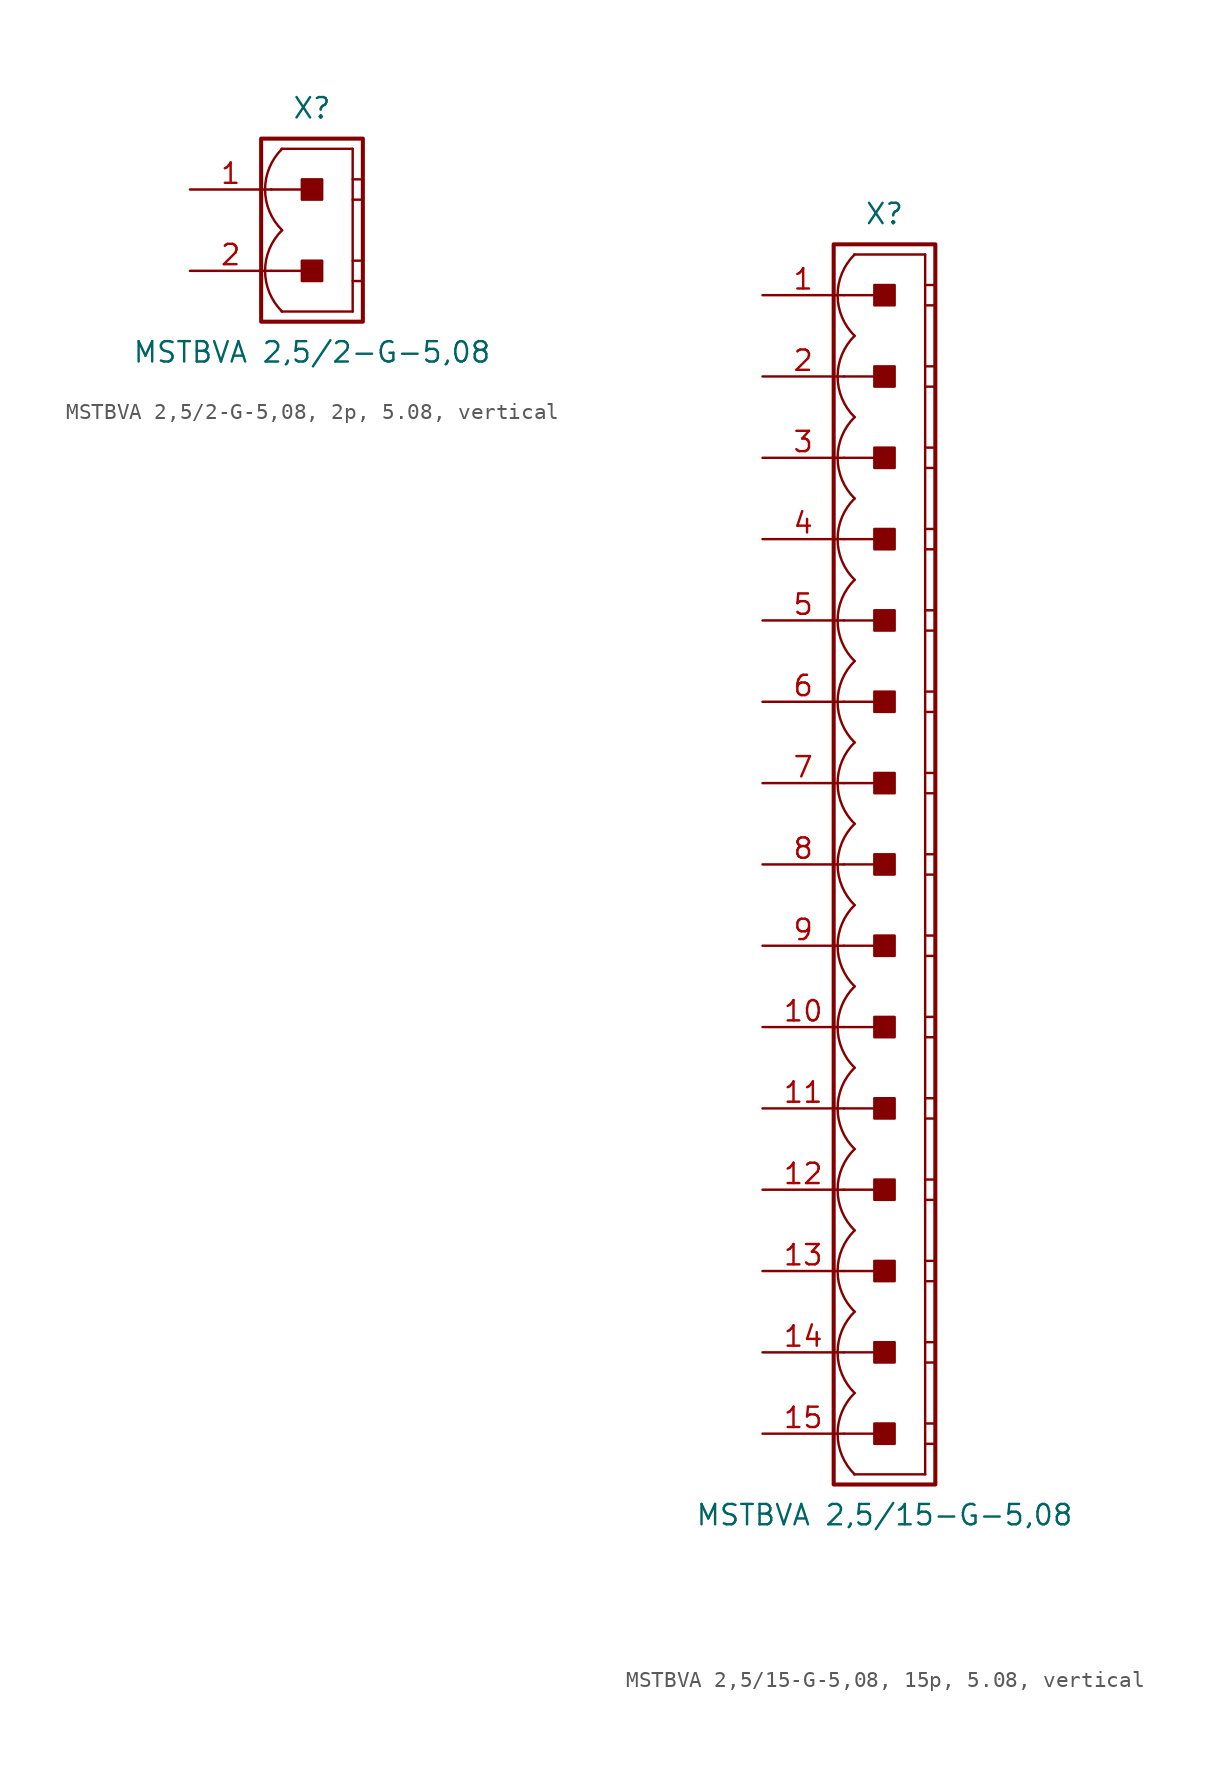
<source format=kicad_sym>
(kicad_symbol_lib
  (version 20241209)
  (generator "kicad_symbol_editor")
  (generator_version "9.0")
  (symbol "MSTBVA 2,5/2-G-5,08, 2p, 5.08, vertical"
    (pin_names
      (offset 1.016)
      (hide yes))
    (property "Reference" "X"
      (at 0 7.62 0)
      (effects (font (size 1.27 1.27))))
    (property "Value" "MSTBVA 2,5/2-G-5,08"
      (at 0 -7.62 0)
      (effects (font (size 1.27 1.27))))
    (property "Label" ""
      (at 0 0 0)
      (effects (font (size 1.27 1.27) (thickness 0.254) (bold yes))))
    (symbol "MSTBVA 2,5/2-G-5,08, 2p, 5.08, vertical_0_1"
      (polyline (pts (xy 2.54 5.08) (xy -1.905 5.08)) (stroke (width 0.152) (type default)) (fill (type none)))
      (polyline (pts (xy 2.54 5.08) (xy 2.54 -5.08)) (stroke (width 0.152) (type default)) (fill (type none)))
      (polyline (pts (xy 2.54 3.175) (xy 3.175 3.175)) (stroke (width 0.152) (type default)) (fill (type none)))
      (polyline (pts (xy 2.54 1.905) (xy 3.175 1.905)) (stroke (width 0.152) (type default)) (fill (type none)))
      (polyline (pts (xy 2.54 -1.905) (xy 3.175 -1.905)) (stroke (width 0.152) (type default)) (fill (type none)))
      (polyline (pts (xy 2.54 -3.175) (xy 3.175 -3.175)) (stroke (width 0.152) (type default)) (fill (type none)))
      (polyline (pts (xy 2.54 -5.08) (xy -1.905 -5.08)) (stroke (width 0.152) (type default)) (fill (type none))))
    (symbol "MSTBVA 2,5/2-G-5,08, 2p, 5.08, vertical_1_0"
      (polyline (pts (xy -2.54 2.54) (xy 0 2.54)) (stroke (width 0.152) (type default)) (fill (type none)))
      (polyline (pts (xy -2.54 -2.54) (xy 0 -2.54)) (stroke (width 0.152) (type default)) (fill (type none))))
    (symbol "MSTBVA 2,5/2-G-5,08, 2p, 5.08, vertical_1_1"
      (rectangle (start -3.175 5.715) (end 3.175 -5.715) (stroke (width 0.254) (type default)) (fill (type none)))
      (rectangle (start -0.635 1.905) (end 0.635 3.175) (stroke (width 0.152) (type default)) (fill (type outline)))
      (rectangle (start -0.635 -3.175) (end 0.635 -1.905) (stroke (width 0.152) (type default)) (fill (type outline)))
      (arc (start -1.8664 0) (mid -2.9299 2.54) (end -1.8664 5.08) (stroke (width 0.1524) (type default)) (fill (type none)))
      (arc (start -1.8664 -5.08) (mid -2.9299 -2.54) (end -1.8664 0) (stroke (width 0.1524) (type default)) (fill (type none)))
      (pin passive line (at -7.62 2.54 0) (length 5.08) (name "1" (effects (font (size 1.27 1.27)))) (number "1" (effects (font (size 1.27 1.27)))))
      (pin passive line (at -7.62 -2.54 0) (length 5.08) (name "2" (effects (font (size 1.27 1.27)))) (number "2" (effects (font (size 1.27 1.27)))))))
  (symbol "MSTBVA 2,5/15-G-5,08, 15p, 5.08, vertical"
    (pin_names
      (offset 1.016)
      (hide yes))
    (property "Reference" "X"
      (at 0 40.64 0)
      (effects (font (size 1.27 1.27))))
    (property "Value" "MSTBVA 2,5/15-G-5,08"
      (at 0 -40.64 0)
      (effects (font (size 1.27 1.27))))
    (property "Label" ""
      (at 0 0 0)
      (effects (font (size 1.27 1.27) (thickness 0.254) (bold yes))))
    (symbol "MSTBVA 2,5/15-G-5,08, 15p, 5.08, vertical_0_1"
      (polyline (pts (xy 2.54 38.1) (xy -1.905 38.1)) (stroke (width 0.152) (type default)) (fill (type none)))
      (polyline (pts (xy 2.54 38.1) (xy 2.54 -38.1)) (stroke (width 0.152) (type default)) (fill (type none)))
      (polyline (pts (xy 2.54 36.195) (xy 3.175 36.195)) (stroke (width 0.152) (type default)) (fill (type none)))
      (polyline (pts (xy 2.54 34.925) (xy 3.175 34.925)) (stroke (width 0.152) (type default)) (fill (type none)))
      (polyline (pts (xy 2.54 31.115) (xy 3.175 31.115)) (stroke (width 0.152) (type default)) (fill (type none)))
      (polyline (pts (xy 2.54 29.845) (xy 3.175 29.845)) (stroke (width 0.152) (type default)) (fill (type none)))
      (polyline (pts (xy 2.54 26.035) (xy 3.175 26.035)) (stroke (width 0.152) (type default)) (fill (type none)))
      (polyline (pts (xy 2.54 24.765) (xy 3.175 24.765)) (stroke (width 0.152) (type default)) (fill (type none)))
      (polyline (pts (xy 2.54 20.955) (xy 3.175 20.955)) (stroke (width 0.152) (type default)) (fill (type none)))
      (polyline (pts (xy 2.54 19.685) (xy 3.175 19.685)) (stroke (width 0.152) (type default)) (fill (type none)))
      (polyline (pts (xy 2.54 15.875) (xy 3.175 15.875)) (stroke (width 0.152) (type default)) (fill (type none)))
      (polyline (pts (xy 2.54 14.605) (xy 3.175 14.605)) (stroke (width 0.152) (type default)) (fill (type none)))
      (polyline (pts (xy 2.54 10.795) (xy 3.175 10.795)) (stroke (width 0.152) (type default)) (fill (type none)))
      (polyline (pts (xy 2.54 9.525) (xy 3.175 9.525)) (stroke (width 0.152) (type default)) (fill (type none)))
      (polyline (pts (xy 2.54 5.715) (xy 3.175 5.715)) (stroke (width 0.152) (type default)) (fill (type none)))
      (polyline (pts (xy 2.54 4.445) (xy 3.175 4.445)) (stroke (width 0.152) (type default)) (fill (type none)))
      (polyline (pts (xy 2.54 0.635) (xy 3.175 0.635)) (stroke (width 0.152) (type default)) (fill (type none)))
      (polyline (pts (xy 2.54 -0.635) (xy 3.175 -0.635)) (stroke (width 0.152) (type default)) (fill (type none)))
      (polyline (pts (xy 2.54 -4.445) (xy 3.175 -4.445)) (stroke (width 0.152) (type default)) (fill (type none)))
      (polyline (pts (xy 2.54 -5.715) (xy 3.175 -5.715)) (stroke (width 0.152) (type default)) (fill (type none)))
      (polyline (pts (xy 2.54 -9.525) (xy 3.175 -9.525)) (stroke (width 0.152) (type default)) (fill (type none)))
      (polyline (pts (xy 2.54 -10.795) (xy 3.175 -10.795)) (stroke (width 0.152) (type default)) (fill (type none)))
      (polyline (pts (xy 2.54 -14.605) (xy 3.175 -14.605)) (stroke (width 0.152) (type default)) (fill (type none)))
      (polyline (pts (xy 2.54 -15.875) (xy 3.175 -15.875)) (stroke (width 0.152) (type default)) (fill (type none)))
      (polyline (pts (xy 2.54 -19.685) (xy 3.175 -19.685)) (stroke (width 0.152) (type default)) (fill (type none)))
      (polyline (pts (xy 2.54 -20.955) (xy 3.175 -20.955)) (stroke (width 0.152) (type default)) (fill (type none)))
      (polyline (pts (xy 2.54 -24.765) (xy 3.175 -24.765)) (stroke (width 0.152) (type default)) (fill (type none)))
      (polyline (pts (xy 2.54 -26.035) (xy 3.175 -26.035)) (stroke (width 0.152) (type default)) (fill (type none)))
      (polyline (pts (xy 2.54 -29.845) (xy 3.175 -29.845)) (stroke (width 0.152) (type default)) (fill (type none)))
      (polyline (pts (xy 2.54 -31.115) (xy 3.175 -31.115)) (stroke (width 0.152) (type default)) (fill (type none)))
      (polyline (pts (xy 2.54 -34.925) (xy 3.175 -34.925)) (stroke (width 0.152) (type default)) (fill (type none)))
      (polyline (pts (xy 2.54 -36.195) (xy 3.175 -36.195)) (stroke (width 0.152) (type default)) (fill (type none)))
      (polyline (pts (xy 2.54 -38.1) (xy -1.905 -38.1)) (stroke (width 0.152) (type default)) (fill (type none))))
    (symbol "MSTBVA 2,5/15-G-5,08, 15p, 5.08, vertical_1_0"
      (polyline (pts (xy -2.54 35.56) (xy 0 35.56)) (stroke (width 0.152) (type default)) (fill (type none)))
      (polyline (pts (xy -2.54 30.48) (xy 0 30.48)) (stroke (width 0.152) (type default)) (fill (type none)))
      (polyline (pts (xy -2.54 25.4) (xy 0 25.4)) (stroke (width 0.152) (type default)) (fill (type none)))
      (polyline (pts (xy -2.54 20.32) (xy 0 20.32)) (stroke (width 0.152) (type default)) (fill (type none)))
      (polyline (pts (xy -2.54 15.24) (xy 0 15.24)) (stroke (width 0.152) (type default)) (fill (type none)))
      (polyline (pts (xy -2.54 10.16) (xy 0 10.16)) (stroke (width 0.152) (type default)) (fill (type none)))
      (polyline (pts (xy -2.54 5.08) (xy 0 5.08)) (stroke (width 0.152) (type default)) (fill (type none)))
      (polyline (pts (xy -2.54 0) (xy 0 0)) (stroke (width 0.152) (type default)) (fill (type none)))
      (polyline (pts (xy -2.54 -5.08) (xy 0 -5.08)) (stroke (width 0.152) (type default)) (fill (type none)))
      (polyline (pts (xy -2.54 -10.16) (xy 0 -10.16)) (stroke (width 0.152) (type default)) (fill (type none)))
      (polyline (pts (xy -2.54 -15.24) (xy 0 -15.24)) (stroke (width 0.152) (type default)) (fill (type none)))
      (polyline (pts (xy -2.54 -20.32) (xy 0 -20.32)) (stroke (width 0.152) (type default)) (fill (type none)))
      (polyline (pts (xy -2.54 -25.4) (xy 0 -25.4)) (stroke (width 0.152) (type default)) (fill (type none)))
      (polyline (pts (xy -2.54 -30.48) (xy 0 -30.48)) (stroke (width 0.152) (type default)) (fill (type none)))
      (polyline (pts (xy -2.54 -35.56) (xy 0 -35.56)) (stroke (width 0.152) (type default)) (fill (type none))))
    (symbol "MSTBVA 2,5/15-G-5,08, 15p, 5.08, vertical_1_1"
      (rectangle (start -3.175 38.735) (end 3.175 -38.735) (stroke (width 0.254) (type default)) (fill (type none)))
      (rectangle (start -0.635 34.925) (end 0.635 36.195) (stroke (width 0.152) (type default)) (fill (type outline)))
      (rectangle (start -0.635 29.845) (end 0.635 31.115) (stroke (width 0.152) (type default)) (fill (type outline)))
      (rectangle (start -0.635 24.765) (end 0.635 26.035) (stroke (width 0.152) (type default)) (fill (type outline)))
      (rectangle (start -0.635 19.685) (end 0.635 20.955) (stroke (width 0.152) (type default)) (fill (type outline)))
      (rectangle (start -0.635 14.605) (end 0.635 15.875) (stroke (width 0.152) (type default)) (fill (type outline)))
      (rectangle (start -0.635 9.525) (end 0.635 10.795) (stroke (width 0.152) (type default)) (fill (type outline)))
      (rectangle (start -0.635 4.445) (end 0.635 5.715) (stroke (width 0.152) (type default)) (fill (type outline)))
      (rectangle (start -0.635 -0.635) (end 0.635 0.635) (stroke (width 0.152) (type default)) (fill (type outline)))
      (rectangle (start -0.635 -5.715) (end 0.635 -4.445) (stroke (width 0.152) (type default)) (fill (type outline)))
      (rectangle (start -0.635 -10.795) (end 0.635 -9.525) (stroke (width 0.152) (type default)) (fill (type outline)))
      (rectangle (start -0.635 -15.875) (end 0.635 -14.605) (stroke (width 0.152) (type default)) (fill (type outline)))
      (rectangle (start -0.635 -20.955) (end 0.635 -19.685) (stroke (width 0.152) (type default)) (fill (type outline)))
      (rectangle (start -0.635 -26.035) (end 0.635 -24.765) (stroke (width 0.152) (type default)) (fill (type outline)))
      (rectangle (start -0.635 -31.115) (end 0.635 -29.845) (stroke (width 0.152) (type default)) (fill (type outline)))
      (rectangle (start -0.635 -36.195) (end 0.635 -34.925) (stroke (width 0.152) (type default)) (fill (type outline)))
      (arc (start -1.8664 33.02) (mid -2.9299 35.56) (end -1.8664 38.1) (stroke (width 0.1524) (type default)) (fill (type none)))
      (arc (start -1.8664 27.94) (mid -2.9299 30.48) (end -1.8664 33.02) (stroke (width 0.1524) (type default)) (fill (type none)))
      (arc (start -1.8664 22.86) (mid -2.9299 25.4) (end -1.8664 27.94) (stroke (width 0.1524) (type default)) (fill (type none)))
      (arc (start -1.8664 17.78) (mid -2.9299 20.32) (end -1.8664 22.86) (stroke (width 0.1524) (type default)) (fill (type none)))
      (arc (start -1.8664 12.7) (mid -2.9299 15.24) (end -1.8664 17.78) (stroke (width 0.1524) (type default)) (fill (type none)))
      (arc (start -1.8664 7.62) (mid -2.9299 10.16) (end -1.8664 12.7) (stroke (width 0.1524) (type default)) (fill (type none)))
      (arc (start -1.8664 2.54) (mid -2.9299 5.08) (end -1.8664 7.62) (stroke (width 0.1524) (type default)) (fill (type none)))
      (arc (start -1.8664 -2.54) (mid -2.9299 0) (end -1.8664 2.54) (stroke (width 0.1524) (type default)) (fill (type none)))
      (arc (start -1.8664 -7.62) (mid -2.9299 -5.08) (end -1.8664 -2.54) (stroke (width 0.1524) (type default)) (fill (type none)))
      (arc (start -1.8664 -12.7) (mid -2.9299 -10.16) (end -1.8664 -7.62) (stroke (width 0.1524) (type default)) (fill (type none)))
      (arc (start -1.8664 -17.78) (mid -2.9299 -15.24) (end -1.8664 -12.7) (stroke (width 0.1524) (type default)) (fill (type none)))
      (arc (start -1.8664 -22.86) (mid -2.9299 -20.32) (end -1.8664 -17.78) (stroke (width 0.1524) (type default)) (fill (type none)))
      (arc (start -1.8664 -27.94) (mid -2.9299 -25.4) (end -1.8664 -22.86) (stroke (width 0.1524) (type default)) (fill (type none)))
      (arc (start -1.8664 -33.02) (mid -2.9299 -30.48) (end -1.8664 -27.94) (stroke (width 0.1524) (type default)) (fill (type none)))
      (arc (start -1.8664 -38.1) (mid -2.9299 -35.56) (end -1.8664 -33.02) (stroke (width 0.1524) (type default)) (fill (type none)))
      (pin passive line (at -7.62 35.56 0) (length 5.08) (name "1" (effects (font (size 1.27 1.27)))) (number "1" (effects (font (size 1.27 1.27)))))
      (pin passive line (at -7.62 30.48 0) (length 5.08) (name "2" (effects (font (size 1.27 1.27)))) (number "2" (effects (font (size 1.27 1.27)))))
      (pin passive line (at -7.62 25.4 0) (length 5.08) (name "3" (effects (font (size 1.27 1.27)))) (number "3" (effects (font (size 1.27 1.27)))))
      (pin passive line (at -7.62 20.32 0) (length 5.08) (name "4" (effects (font (size 1.27 1.27)))) (number "4" (effects (font (size 1.27 1.27)))))
      (pin passive line (at -7.62 15.24 0) (length 5.08) (name "5" (effects (font (size 1.27 1.27)))) (number "5" (effects (font (size 1.27 1.27)))))
      (pin passive line (at -7.62 10.16 0) (length 5.08) (name "6" (effects (font (size 1.27 1.27)))) (number "6" (effects (font (size 1.27 1.27)))))
      (pin passive line (at -7.62 5.08 0) (length 5.08) (name "7" (effects (font (size 1.27 1.27)))) (number "7" (effects (font (size 1.27 1.27)))))
      (pin passive line (at -7.62 0 0) (length 5.08) (name "8" (effects (font (size 1.27 1.27)))) (number "8" (effects (font (size 1.27 1.27)))))
      (pin passive line (at -7.62 -5.08 0) (length 5.08) (name "9" (effects (font (size 1.27 1.27)))) (number "9" (effects (font (size 1.27 1.27)))))
      (pin passive line (at -7.62 -10.16 0) (length 5.08) (name "10" (effects (font (size 1.27 1.27)))) (number "10" (effects (font (size 1.27 1.27)))))
      (pin passive line (at -7.62 -15.24 0) (length 5.08) (name "11" (effects (font (size 1.27 1.27)))) (number "11" (effects (font (size 1.27 1.27)))))
      (pin passive line (at -7.62 -20.32 0) (length 5.08) (name "12" (effects (font (size 1.27 1.27)))) (number "12" (effects (font (size 1.27 1.27)))))
      (pin passive line (at -7.62 -25.4 0) (length 5.08) (name "13" (effects (font (size 1.27 1.27)))) (number "13" (effects (font (size 1.27 1.27)))))
      (pin passive line (at -7.62 -30.48 0) (length 5.08) (name "14" (effects (font (size 1.27 1.27)))) (number "14" (effects (font (size 1.27 1.27)))))
      (pin passive line (at -7.62 -35.56 0) (length 5.08) (name "15" (effects (font (size 1.27 1.27)))) (number "15" (effects (font (size 1.27 1.27))))))))
</source>
